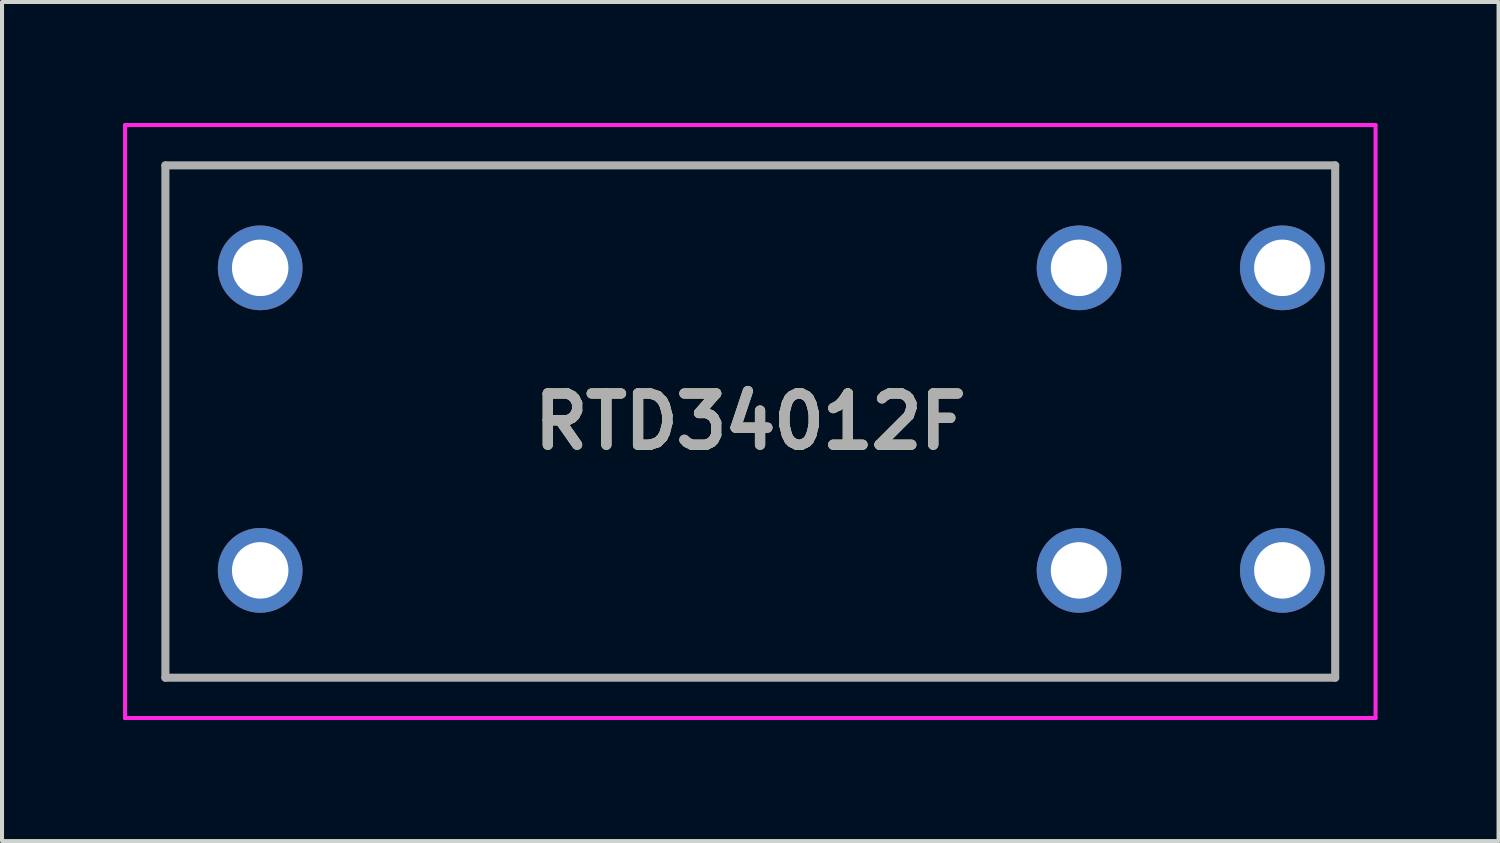
<source format=kicad_pcb>
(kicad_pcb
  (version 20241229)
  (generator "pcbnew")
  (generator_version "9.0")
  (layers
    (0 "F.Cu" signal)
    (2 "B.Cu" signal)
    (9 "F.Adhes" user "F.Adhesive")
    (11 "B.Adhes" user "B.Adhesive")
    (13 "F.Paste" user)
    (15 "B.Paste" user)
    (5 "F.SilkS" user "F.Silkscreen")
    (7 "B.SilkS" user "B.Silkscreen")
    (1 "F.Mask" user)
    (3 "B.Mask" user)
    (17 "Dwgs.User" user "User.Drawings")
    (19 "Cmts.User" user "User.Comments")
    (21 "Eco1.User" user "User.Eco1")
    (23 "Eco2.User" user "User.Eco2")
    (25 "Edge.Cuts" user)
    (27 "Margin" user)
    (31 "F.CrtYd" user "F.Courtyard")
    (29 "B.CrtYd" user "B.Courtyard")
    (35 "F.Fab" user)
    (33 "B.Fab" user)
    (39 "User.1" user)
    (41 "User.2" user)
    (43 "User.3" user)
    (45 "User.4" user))
  (footprint "RTD34012F"
    (layer "F.Cu")
    (at 23.7 11.09)
    (property "Reference" "RTD34012F" (at -8.15 -3.69 0) (layer "F.SilkS") (effects (font (size 1.27 1.27) (thickness 0.254))))
    (attr through_hole)
    (fp_line (start -22.65 -10.04) (end 6.35 -10.04) (stroke (width 0.1) (type solid)) (layer "F.SilkS"))
    (fp_line (start -22.65 2.66) (end -22.65 -10.04) (stroke (width 0.1) (type solid)) (layer "F.SilkS"))
    (fp_line (start 6.35 -10.04) (end 6.35 2.66) (stroke (width 0.1) (type solid)) (layer "F.SilkS"))
    (fp_line (start 6.35 2.66) (end -22.65 2.66) (stroke (width 0.1) (type solid)) (layer "F.SilkS"))
    (fp_line (start -23.65 -11.04) (end 7.35 -11.04) (stroke (width 0.1) (type solid)) (layer "F.CrtYd"))
    (fp_line (start -23.65 3.66) (end -23.65 -11.04) (stroke (width 0.1) (type solid)) (layer "F.CrtYd"))
    (fp_line (start 7.35 -11.04) (end 7.35 3.66) (stroke (width 0.1) (type solid)) (layer "F.CrtYd"))
    (fp_line (start 7.35 3.66) (end -23.65 3.66) (stroke (width 0.1) (type solid)) (layer "F.CrtYd"))
    (fp_line (start -22.65 -10.04) (end 6.35 -10.04) (stroke (width 0.2) (type solid)) (layer "F.Fab"))
    (fp_line (start -22.65 2.66) (end -22.65 -10.04) (stroke (width 0.2) (type solid)) (layer "F.Fab"))
    (fp_line (start 6.35 -10.04) (end 6.35 2.66) (stroke (width 0.2) (type solid)) (layer "F.Fab"))
    (fp_line (start 6.35 2.66) (end -22.65 2.66) (stroke (width 0.2) (type solid)) (layer "F.Fab"))
    (fp_text user "${REFERENCE}" (at -8.15 -3.69 0) (layer "F.Fab") (effects (font (size 1.27 1.27) (thickness 0.254))))
    (pad "11" thru_hole circle (at 0 0) (size 2.1 2.1) (drill 1.4) (layers "*.Cu" "*.Mask"))
    (pad "14" thru_hole circle (at 5.04 0) (size 2.1 2.1) (drill 1.4) (layers "*.Cu" "*.Mask"))
    (pad "15" thru_hole circle (at 5.04 -7.5) (size 2.1 2.1) (drill 1.4) (layers "*.Cu" "*.Mask"))
    (pad "18" thru_hole circle (at 0 -7.5) (size 2.1 2.1) (drill 1.4) (layers "*.Cu" "*.Mask"))
    (pad "A1" thru_hole circle (at -20.3 -7.5) (size 2.1 2.1) (drill 1.4) (layers "*.Cu" "*.Mask"))
    (pad "A2" thru_hole circle (at -20.3 0) (size 2.1 2.1) (drill 1.4) (layers "*.Cu" "*.Mask")))
  (gr_rect
    (start -3 -3)
    (end 34.1 17.8)
    (stroke (width 0.1) (type default))
    (fill no)
    (layer "Edge.Cuts")))
</source>
